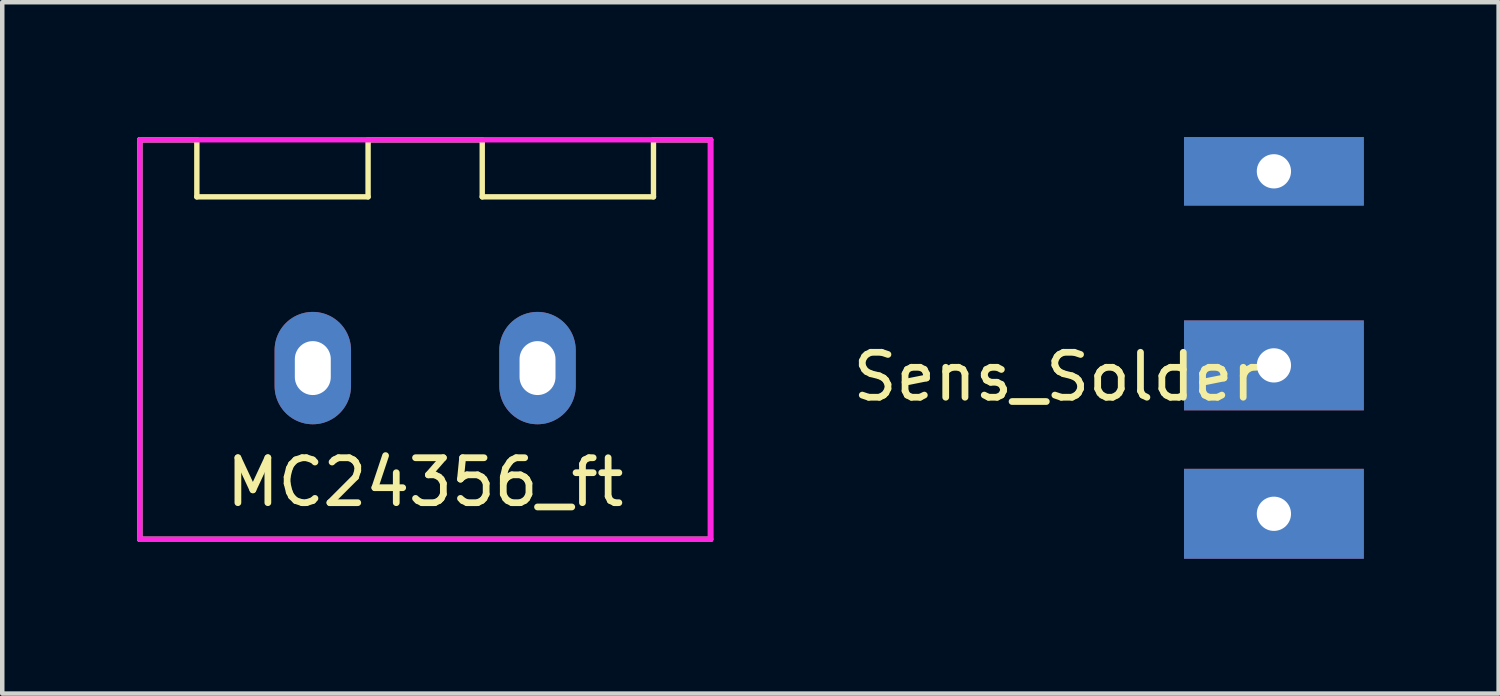
<source format=kicad_pcb>
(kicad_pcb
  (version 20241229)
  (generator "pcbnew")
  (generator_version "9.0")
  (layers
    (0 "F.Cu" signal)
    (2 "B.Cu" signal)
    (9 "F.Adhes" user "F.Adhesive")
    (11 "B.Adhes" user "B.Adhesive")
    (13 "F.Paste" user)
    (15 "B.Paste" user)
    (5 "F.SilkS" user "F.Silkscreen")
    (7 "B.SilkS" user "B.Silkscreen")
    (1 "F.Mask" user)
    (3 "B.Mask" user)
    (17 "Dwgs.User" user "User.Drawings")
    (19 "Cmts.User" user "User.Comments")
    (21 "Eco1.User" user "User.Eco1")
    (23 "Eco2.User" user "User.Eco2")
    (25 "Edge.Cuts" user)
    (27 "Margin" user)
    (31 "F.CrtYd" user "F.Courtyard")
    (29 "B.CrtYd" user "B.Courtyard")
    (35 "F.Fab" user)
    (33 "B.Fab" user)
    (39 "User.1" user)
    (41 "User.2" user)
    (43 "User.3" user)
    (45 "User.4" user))
  (footprint "Sens_Solder"
    (layer "F.Cu")
    (at 25.295 5.08)
    (property "Reference" "Sens_Solder" (at -4.826 0.254 0) (layer "F.SilkS") (effects (font (size 1 1) (thickness 0.15))))
    (attr through_hole)
    (pad "1" thru_hole rect (at 0 -4.318) (size 4 1.524) (drill 0.762) (layers "*.Cu" "*.Mask"))
    (pad "2" thru_hole rect (at 0 0) (size 4 2) (drill 0.762) (layers "*.Cu" "*.Mask"))
    (pad "3" thru_hole rect (at 0 3.302) (size 4 2) (drill 0.762) (layers "*.Cu" "*.Mask")))
  (footprint "MC24356_ft"
    (layer "F.Cu")
    (at 6.41 5.14)
    (property "Reference" "MC24356_ft" (at 0 2.54 0) (layer "F.SilkS") (effects (font (size 1 1) (thickness 0.15))))
    (attr through_hole)
    (fp_line (start -6.35 -5.08) (end -5.08 -5.08) (stroke (width 0.12) (type solid)) (layer "F.SilkS"))
    (fp_line (start -6.35 3.81) (end -6.35 -5.08) (stroke (width 0.12) (type solid)) (layer "F.SilkS"))
    (fp_line (start -5.08 -5.08) (end -5.08 -3.81) (stroke (width 0.12) (type solid)) (layer "F.SilkS"))
    (fp_line (start -5.08 -3.81) (end -1.27 -3.81) (stroke (width 0.12) (type solid)) (layer "F.SilkS"))
    (fp_line (start -1.27 -5.08) (end 1.27 -5.08) (stroke (width 0.12) (type solid)) (layer "F.SilkS"))
    (fp_line (start -1.27 -3.81) (end -1.27 -5.08) (stroke (width 0.12) (type solid)) (layer "F.SilkS"))
    (fp_line (start 1.27 -5.08) (end 1.27 -3.81) (stroke (width 0.12) (type solid)) (layer "F.SilkS"))
    (fp_line (start 1.27 -3.81) (end 5.08 -3.81) (stroke (width 0.12) (type solid)) (layer "F.SilkS"))
    (fp_line (start 5.08 -5.08) (end 6.35 -5.08) (stroke (width 0.12) (type solid)) (layer "F.SilkS"))
    (fp_line (start 5.08 -3.81) (end 5.08 -5.08) (stroke (width 0.12) (type solid)) (layer "F.SilkS"))
    (fp_line (start 6.35 -5.08) (end 6.35 3.81) (stroke (width 0.12) (type solid)) (layer "F.SilkS"))
    (fp_line (start 6.35 3.81) (end -6.35 3.81) (stroke (width 0.12) (type solid)) (layer "F.SilkS"))
    (fp_line (start -6.35 -5.08) (end -6.35 3.81) (stroke (width 0.12) (type solid)) (layer "F.CrtYd"))
    (fp_line (start -6.35 -5.08) (end 6.35 -5.08) (stroke (width 0.12) (type solid)) (layer "F.CrtYd"))
    (fp_line (start -6.35 3.81) (end 6.35 3.81) (stroke (width 0.12) (type solid)) (layer "F.CrtYd"))
    (fp_line (start 6.35 3.81) (end 6.35 -5.08) (stroke (width 0.12) (type solid)) (layer "F.CrtYd"))
    (pad "1" thru_hole oval (at -2.5 0) (size 1.7 2.5) (drill oval 0.8 1.2) (layers "*.Cu" "*.Mask"))
    (pad "2" thru_hole oval (at 2.5 0) (size 1.7 2.5) (drill oval 0.8 1.2) (layers "*.Cu" "*.Mask")))
  (gr_rect
    (start -3 -3)
    (end 30.295 12.382)
    (stroke (width 0.1) (type default))
    (fill no)
    (layer "Edge.Cuts")))
</source>
